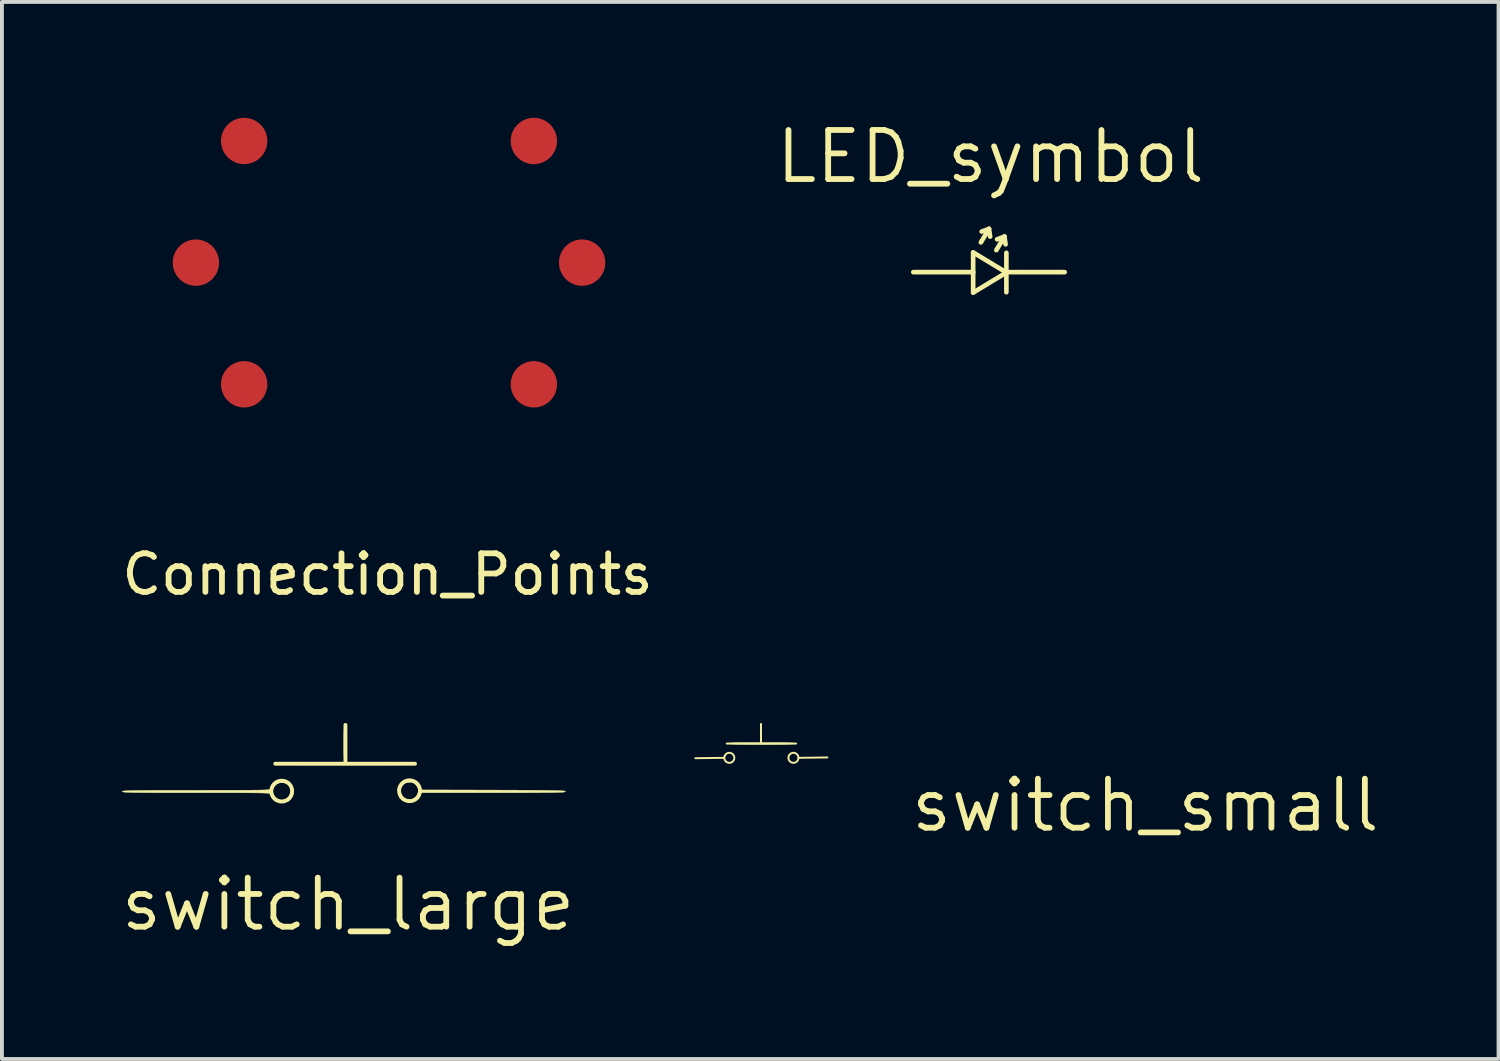
<source format=kicad_pcb>
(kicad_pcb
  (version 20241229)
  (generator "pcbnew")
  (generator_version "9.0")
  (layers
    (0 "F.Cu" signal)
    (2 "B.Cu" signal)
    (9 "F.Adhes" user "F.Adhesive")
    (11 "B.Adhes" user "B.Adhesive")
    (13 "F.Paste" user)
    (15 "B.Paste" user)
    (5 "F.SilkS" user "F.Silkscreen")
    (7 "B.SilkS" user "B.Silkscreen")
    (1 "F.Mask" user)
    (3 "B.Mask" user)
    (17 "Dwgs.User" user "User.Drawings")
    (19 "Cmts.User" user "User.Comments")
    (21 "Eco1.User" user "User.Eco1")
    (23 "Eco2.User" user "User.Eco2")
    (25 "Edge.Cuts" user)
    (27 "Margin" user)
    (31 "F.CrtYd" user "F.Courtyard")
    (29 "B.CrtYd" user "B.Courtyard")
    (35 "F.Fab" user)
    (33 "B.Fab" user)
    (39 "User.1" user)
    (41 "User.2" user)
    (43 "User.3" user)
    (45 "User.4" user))
  (footprint "switch_large"
    (layer "F.Cu")
    (at 5.854 16.713)
    (property "Reference" "switch_large" (at 0.11 3.65 0) (layer "F.SilkS") (effects (font (size 1.27 1.27) (thickness 0.15))))
    (attr through_hole)
    (fp_line (start -1.778 0.011) (end 1.841 0.011) (stroke (width 0.1) (type solid)) (layer "F.SilkS"))
    (fp_line (start 0.04 -0.995) (end 0.04 -0.01) (stroke (width 0.1) (type solid)) (layer "F.SilkS"))
    (fp_circle (center -1.61 0.72) (end -1.34 0.73) (stroke (width 0.1) (type solid)) (fill no) (layer "F.SilkS"))
    (fp_circle (center 1.7 0.71) (end 1.97 0.72) (stroke (width 0.1) (type solid)) (fill no) (layer "F.SilkS"))
    (fp_poly (pts (xy 0.042 -0.99) (xy 0.05 -0.972) (xy 0.056 -0.936) (xy 0.06 -0.876) (xy 0.062 -0.789) (xy 0.063 -0.67) (xy 0.064 -0.519) (xy 0.063 -0.363) (xy 0.062 -0.244) (xy 0.06 -0.158) (xy 0.056 -0.1) (xy 0.05 -0.065) (xy 0.042 -0.047) (xy 0.032 -0.042) (xy 0.021 -0.047) (xy 0.013 -0.065) (xy 0.008 -0.102) (xy 0.004 -0.161) (xy 0.001 -0.248) (xy 0.000306 -0.368) (xy 0 -0.519) (xy 0.000331 -0.675) (xy 0.002 -0.793) (xy 0.004 -0.879) (xy 0.008 -0.937) (xy 0.014 -0.973) (xy 0.022 -0.99) (xy 0.032 -0.995) (xy 0.042 -0.99)) (stroke (width 0.01) (type solid)) (fill yes) (layer "F.SilkS"))
    (fp_poly (pts (xy 0.353 -0.021) (xy 0.635 -0.021) (xy 0.879 -0.02) (xy 1.089 -0.02) (xy 1.266 -0.019) (xy 1.415 -0.017) (xy 1.536 -0.016) (xy 1.632 -0.014) (xy 1.707 -0.011) (xy 1.762 -0.008) (xy 1.801 -0.004) (xy 1.825 0.000087) (xy 1.838 0.005) (xy 1.841 0.011) (xy 1.838 0.016) (xy 1.825 0.021) (xy 1.8 0.025) (xy 1.761 0.029) (xy 1.706 0.032) (xy 1.631 0.035) (xy 1.534 0.037) (xy 1.412 0.039) (xy 1.264 0.04) (xy 1.085 0.041) (xy 0.875 0.042) (xy 0.63 0.042) (xy 0.348 0.042) (xy 0.032 0.042) (xy -0.29 0.042) (xy -0.571 0.042) (xy -0.816 0.042) (xy -1.025 0.041) (xy -1.203 0.04) (xy -1.351 0.039) (xy -1.472 0.037) (xy -1.569 0.035) (xy -1.643 0.032) (xy -1.699 0.029) (xy -1.737 0.025) (xy -1.762 0.021) (xy -1.774 0.016) (xy -1.778 0.011) (xy -1.774 0.005) (xy -1.761 0.000004) (xy -1.737 -0.004) (xy -1.698 -0.008) (xy -1.642 -0.011) (xy -1.567 -0.014) (xy -1.47 -0.016) (xy -1.349 -0.017) (xy -1.2 -0.019) (xy -1.022 -0.02) (xy -0.812 -0.02) (xy -0.567 -0.021) (xy -0.284 -0.021) (xy 0.032 -0.021) (xy 0.353 -0.021)) (stroke (width 0.01) (type solid)) (fill yes) (layer "F.SilkS"))
    (fp_poly (pts (xy 1.767 0.426) (xy 1.819 0.438) (xy 1.864 0.465) (xy 1.894 0.489) (xy 1.944 0.544) (xy 1.979 0.603) (xy 1.986 0.621) (xy 2.003 0.688) (xy 3.87 0.693) (xy 4.196 0.694) (xy 4.483 0.695) (xy 4.733 0.697) (xy 4.948 0.698) (xy 5.131 0.699) (xy 5.284 0.701) (xy 5.409 0.703) (xy 5.51 0.705) (xy 5.589 0.708) (xy 5.648 0.711) (xy 5.689 0.715) (xy 5.716 0.719) (xy 5.731 0.724) (xy 5.736 0.729) (xy 5.736 0.73) (xy 5.732 0.736) (xy 5.719 0.741) (xy 5.695 0.745) (xy 5.656 0.749) (xy 5.6 0.752) (xy 5.525 0.754) (xy 5.428 0.756) (xy 5.307 0.758) (xy 5.159 0.759) (xy 4.982 0.76) (xy 4.773 0.761) (xy 4.53 0.762) (xy 4.25 0.762) (xy 3.93 0.762) (xy 3.867 0.762) (xy 1.998 0.762) (xy 1.971 0.838) (xy 1.921 0.919) (xy 1.84 0.971) (xy 1.73 0.993) (xy 1.693 0.994) (xy 1.604 0.986) (xy 1.534 0.966) (xy 1.521 0.959) (xy 1.448 0.891) (xy 1.407 0.797) (xy 1.398 0.71) (xy 1.461 0.71) (xy 1.478 0.804) (xy 1.526 0.877) (xy 1.596 0.925) (xy 1.681 0.944) (xy 1.771 0.93) (xy 1.841 0.892) (xy 1.894 0.832) (xy 1.926 0.751) (xy 1.932 0.67) (xy 1.931 0.663) (xy 1.91 0.615) (xy 1.869 0.561) (xy 1.858 0.549) (xy 1.8 0.504) (xy 1.735 0.488) (xy 1.711 0.487) (xy 1.605 0.503) (xy 1.526 0.548) (xy 1.477 0.621) (xy 1.461 0.71) (xy 1.398 0.71) (xy 1.397 0.698) (xy 1.4 0.629) (xy 1.415 0.582) (xy 1.45 0.535) (xy 1.479 0.506) (xy 1.528 0.459) (xy 1.57 0.435) (xy 1.62 0.425) (xy 1.69 0.423) (xy 1.767 0.426)) (stroke (width 0.01) (type solid)) (fill yes) (layer "F.SilkS"))
    (fp_poly (pts (xy -1.509 0.447) (xy -1.483 0.457) (xy -1.397 0.512) (xy -1.338 0.591) (xy -1.309 0.686) (xy -1.312 0.785) (xy -1.348 0.879) (xy -1.378 0.92) (xy -1.413 0.958) (xy -1.444 0.98) (xy -1.483 0.991) (xy -1.543 0.994) (xy -1.609 0.995) (xy -1.692 0.994) (xy -1.746 0.989) (xy -1.782 0.975) (xy -1.813 0.95) (xy -1.839 0.92) (xy -1.879 0.866) (xy -1.902 0.818) (xy -1.905 0.804) (xy -1.906 0.796) (xy -1.91 0.79) (xy -1.919 0.785) (xy -1.937 0.78) (xy -1.966 0.776) (xy -2.008 0.773) (xy -2.066 0.77) (xy -2.143 0.768) (xy -2.24 0.766) (xy -2.362 0.765) (xy -2.51 0.764) (xy -2.686 0.763) (xy -2.894 0.762) (xy -3.136 0.762) (xy -3.415 0.762) (xy -3.732 0.762) (xy -3.821 0.762) (xy -4.152 0.762) (xy -4.443 0.762) (xy -4.697 0.761) (xy -4.916 0.761) (xy -5.103 0.76) (xy -5.26 0.759) (xy -5.389 0.757) (xy -5.494 0.755) (xy -5.576 0.753) (xy -5.638 0.75) (xy -5.682 0.746) (xy -5.712 0.742) (xy -5.729 0.738) (xy -5.736 0.732) (xy -5.736 0.73) (xy -5.735 0.728) (xy -1.846 0.728) (xy -1.827 0.816) (xy -1.777 0.886) (xy -1.704 0.934) (xy -1.618 0.955) (xy -1.528 0.942) (xy -1.496 0.929) (xy -1.427 0.872) (xy -1.385 0.793) (xy -1.375 0.705) (xy -1.397 0.62) (xy -1.419 0.585) (xy -1.489 0.525) (xy -1.571 0.499) (xy -1.656 0.502) (xy -1.734 0.533) (xy -1.798 0.589) (xy -1.837 0.666) (xy -1.846 0.728) (xy -5.735 0.728) (xy -5.732 0.725) (xy -5.72 0.72) (xy -5.695 0.716) (xy -5.657 0.712) (xy -5.602 0.709) (xy -5.528 0.706) (xy -5.433 0.704) (xy -5.314 0.703) (xy -5.168 0.701) (xy -4.993 0.7) (xy -4.787 0.699) (xy -4.547 0.699) (xy -4.271 0.699) (xy -3.956 0.699) (xy -3.821 0.699) (xy -3.49 0.698) (xy -3.2 0.698) (xy -2.946 0.698) (xy -2.728 0.697) (xy -2.542 0.696) (xy -2.385 0.695) (xy -2.256 0.694) (xy -2.152 0.692) (xy -2.07 0.689) (xy -2.008 0.687) (xy -1.963 0.683) (xy -1.933 0.679) (xy -1.915 0.675) (xy -1.906 0.67) (xy -1.905 0.666) (xy -1.886 0.594) (xy -1.836 0.525) (xy -1.764 0.471) (xy -1.75 0.464) (xy -1.664 0.433) (xy -1.59 0.427) (xy -1.509 0.447)) (stroke (width 0.01) (type solid)) (fill yes) (layer "F.SilkS")))
  (footprint "Connection_Points"
    (layer "F.Cu")
    (at 7.022 3.75)
    (property "Reference" "Connection_Points" (at -0.04 8.07 0) (layer "F.SilkS") (effects (font (size 1 1) (thickness 0.15))))
    (attr through_hole)
    (pad "" smd circle (at -5 0) (size 1.2 1.2) (layers "F.Cu" "F.Mask" "F.Paste"))
    (pad "" smd circle (at -3.75 -3.15) (size 1.2 1.2) (layers "F.Cu" "F.Mask" "F.Paste"))
    (pad "" smd circle (at -3.75 3.15) (size 1.2 1.2) (layers "F.Cu" "F.Mask" "F.Paste"))
    (pad "" smd circle (at 3.75 -3.15) (size 1.2 1.2) (layers "F.Cu" "F.Mask" "F.Paste"))
    (pad "" smd circle (at 3.75 3.15) (size 1.2 1.2) (layers "F.Cu" "F.Mask" "F.Paste"))
    (pad "" smd circle (at 5 0) (size 1.2 1.2) (layers "F.Cu" "F.Mask" "F.Paste")))
  (footprint "LED_symbol"
    (layer "F.Cu")
    (at 22.566 3.746)
    (property "Reference" "LED_symbol" (at 0.03 -2.74 0) (layer "F.SilkS") (effects (font (size 1.27 1.27) (thickness 0.15))))
    (attr through_hole)
    (fp_line (start -1.97 0.25) (end -0.42 0.25) (stroke (width 0.12) (type solid)) (layer "F.SilkS"))
    (fp_line (start -0.42 0.25) (end -0.42 -0.26) (stroke (width 0.12) (type solid)) (layer "F.SilkS"))
    (fp_line (start -0.42 0.27) (end -0.42 0.78) (stroke (width 0.12) (type solid)) (layer "F.SilkS"))
    (fp_line (start -0.22 -0.52) (end -0.01 -0.87) (stroke (width 0.12) (type solid)) (layer "F.SilkS"))
    (fp_line (start -0.01 -0.87) (end -0.2 -0.8) (stroke (width 0.12) (type solid)) (layer "F.SilkS"))
    (fp_line (start -0.01 -0.87) (end 0.02 -0.67) (stroke (width 0.12) (type solid)) (layer "F.SilkS"))
    (fp_line (start 0.18 -0.32) (end 0.39 -0.67) (stroke (width 0.12) (type solid)) (layer "F.SilkS"))
    (fp_line (start 0.39 -0.67) (end 0.2 -0.6) (stroke (width 0.12) (type solid)) (layer "F.SilkS"))
    (fp_line (start 0.39 -0.67) (end 0.42 -0.47) (stroke (width 0.12) (type solid)) (layer "F.SilkS"))
    (fp_line (start 0.44 0.26) (end -0.42 -0.26) (stroke (width 0.12) (type solid)) (layer "F.SilkS"))
    (fp_line (start 0.44 0.26) (end -0.42 0.78) (stroke (width 0.12) (type solid)) (layer "F.SilkS"))
    (fp_line (start 0.44 0.26) (end 0.44 -0.25) (stroke (width 0.12) (type solid)) (layer "F.SilkS"))
    (fp_line (start 0.44 0.26) (end 0.44 0.77) (stroke (width 0.12) (type solid)) (layer "F.SilkS"))
    (fp_line (start 1.95 0.25) (end 0.44 0.25) (stroke (width 0.12) (type solid)) (layer "F.SilkS")))
  (footprint "switch_small"
    (layer "F.Cu")
    (at 16.653 16.201)
    (property "Reference" "switch_small" (at 9.95 1.6 0) (layer "F.SilkS") (effects (font (size 1.27 1.27) (thickness 0.15))))
    (attr through_hole)
    (fp_line (start -0.95 0.37) (end -1.7 0.38) (stroke (width 0.05) (type solid)) (layer "F.SilkS"))
    (fp_line (start -0.889 0) (end 0.91 0) (stroke (width 0.05) (type solid)) (layer "F.SilkS"))
    (fp_line (start 0 -0.508) (end 0 0) (stroke (width 0.05) (type solid)) (layer "F.SilkS"))
    (fp_line (start 0.97 0.37) (end 1.72 0.36) (stroke (width 0.05) (type solid)) (layer "F.SilkS"))
    (fp_circle (center -0.82 0.37) (end -0.69 0.37) (stroke (width 0.05) (type solid)) (fill no) (layer "F.SilkS"))
    (fp_circle (center 0.84 0.37) (end 0.71 0.37) (stroke (width 0.05) (type solid)) (fill no) (layer "F.SilkS"))
    (fp_poly (pts (xy 0.009 -0.488) (xy 0.016 -0.43) (xy 0.02 -0.341) (xy 0.021 -0.265) (xy 0.021 -0.021) (xy 0.466 -0.021) (xy 0.626 -0.02) (xy 0.753 -0.017) (xy 0.844 -0.013) (xy 0.897 -0.006) (xy 0.91 0) (xy 0.889 0.006) (xy 0.827 0.011) (xy 0.724 0.015) (xy 0.581 0.018) (xy 0.399 0.02) (xy 0.179 0.021) (xy 0.011 0.021) (xy -0.234 0.021) (xy -0.442 0.019) (xy -0.611 0.017) (xy -0.741 0.013) (xy -0.831 0.009) (xy -0.879 0.004) (xy -0.889 0) (xy -0.868 -0.008) (xy -0.808 -0.014) (xy -0.709 -0.018) (xy -0.576 -0.021) (xy -0.455 -0.021) (xy -0.021 -0.021) (xy -0.021 -0.265) (xy -0.019 -0.373) (xy -0.014 -0.453) (xy -0.007 -0.499) (xy 0 -0.508) (xy 0.009 -0.488)) (stroke (width 0.01) (type solid)) (fill yes) (layer "F.SilkS")))
  (gr_rect
    (start -3 -3)
    (end 35.749 24.369)
    (stroke (width 0.1) (type default))
    (fill no)
    (layer "Edge.Cuts")))
</source>
